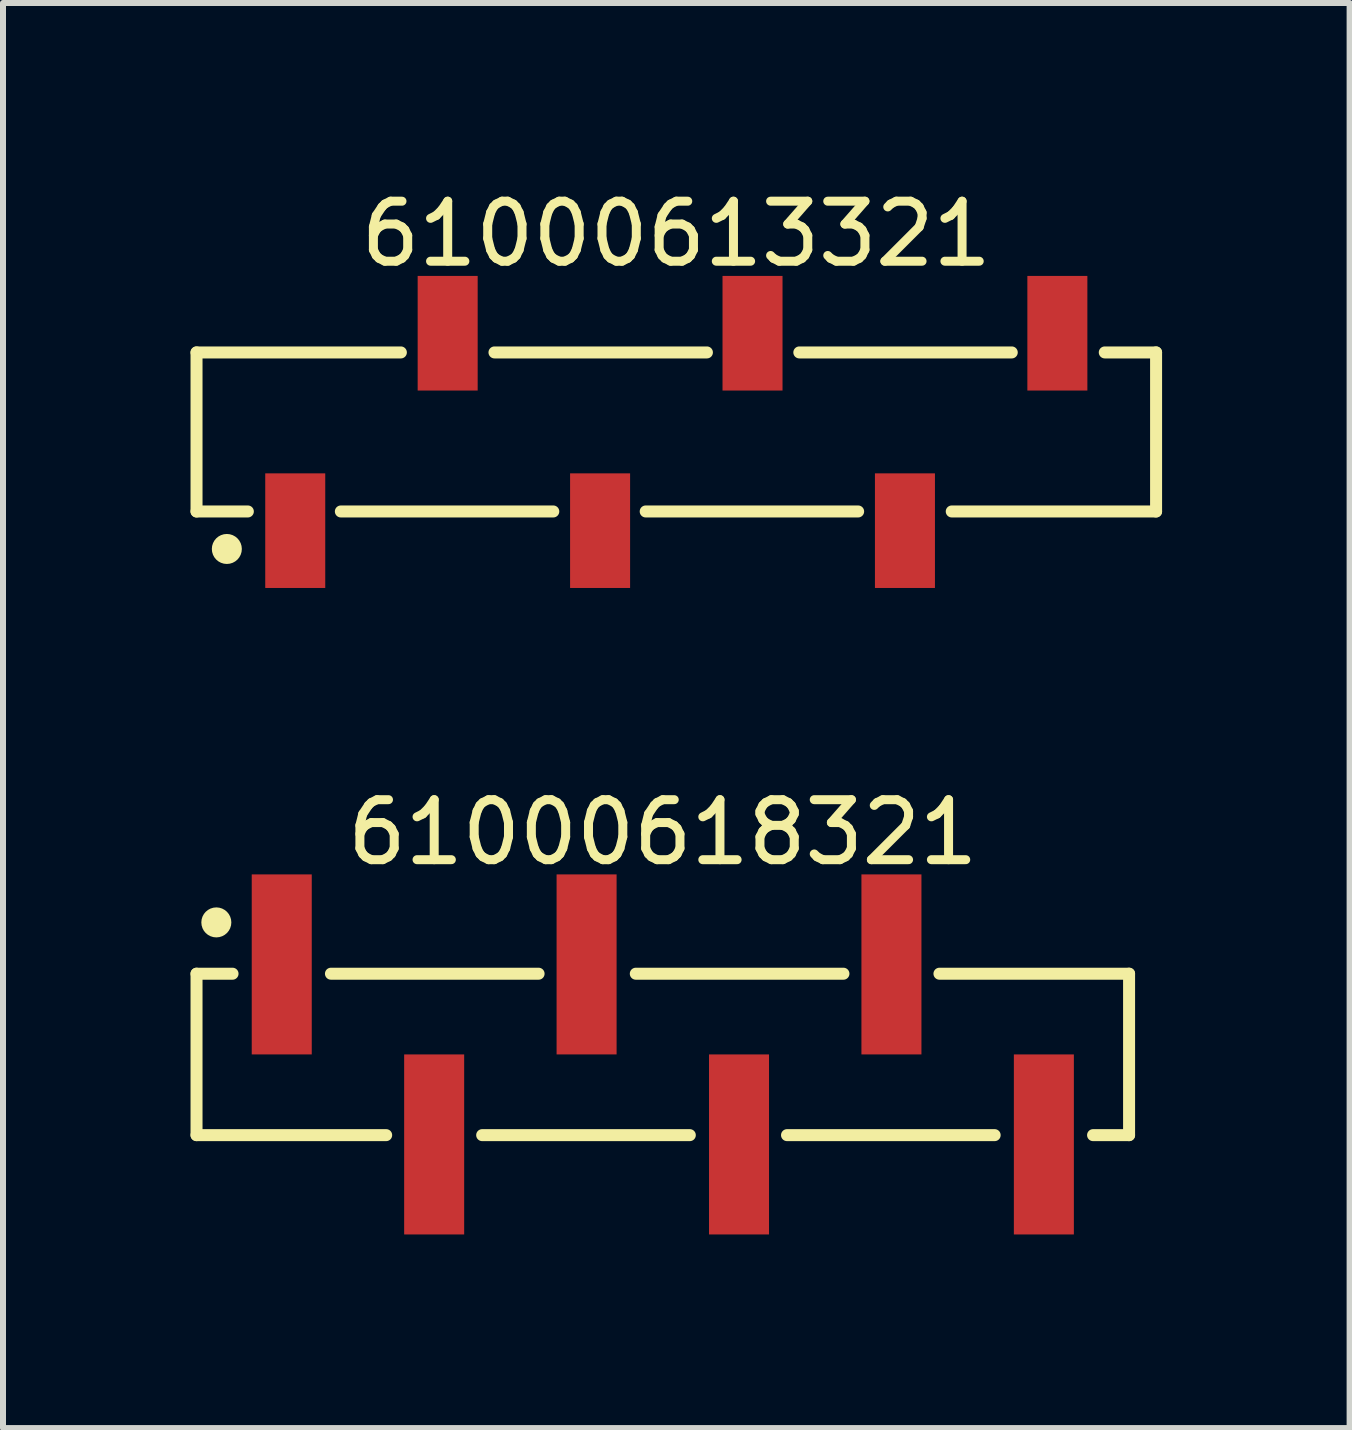
<source format=kicad_pcb>
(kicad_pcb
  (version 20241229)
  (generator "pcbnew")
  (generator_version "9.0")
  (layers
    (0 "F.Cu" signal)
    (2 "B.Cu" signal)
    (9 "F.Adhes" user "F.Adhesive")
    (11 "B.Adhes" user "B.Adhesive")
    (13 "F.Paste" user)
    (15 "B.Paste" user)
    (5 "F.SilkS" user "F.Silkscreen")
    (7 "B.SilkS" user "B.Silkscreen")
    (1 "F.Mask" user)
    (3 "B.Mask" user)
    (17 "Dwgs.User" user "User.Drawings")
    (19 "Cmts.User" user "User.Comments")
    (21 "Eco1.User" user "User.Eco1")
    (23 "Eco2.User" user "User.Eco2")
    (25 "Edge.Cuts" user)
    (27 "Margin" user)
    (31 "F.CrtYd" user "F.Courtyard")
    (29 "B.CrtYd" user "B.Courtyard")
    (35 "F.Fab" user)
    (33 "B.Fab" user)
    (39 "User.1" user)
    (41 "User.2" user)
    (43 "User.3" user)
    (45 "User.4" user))
  (footprint "61000613321"
    (layer "F.Cu")
    (at 8.22 4.148)
    (property "Reference" "61000613321" (at 0 -3.3 0) (layer "F.SilkS") (effects (font (size 1 1) (thickness 0.15))))
    (fp_line (start -7.995 -1.325) (end -4.59 -1.325) (stroke (width 0.2) (type solid)) (layer "F.SilkS"))
    (fp_line (start -7.995 1.325) (end -7.995 -1.325) (stroke (width 0.2) (type solid)) (layer "F.SilkS"))
    (fp_line (start -7.995 1.325) (end -7.14 1.325) (stroke (width 0.2) (type solid)) (layer "F.SilkS"))
    (fp_line (start -5.59 1.325) (end -2.05 1.325) (stroke (width 0.2) (type solid)) (layer "F.SilkS"))
    (fp_line (start -3.03 -1.325) (end 0.51 -1.325) (stroke (width 0.2) (type solid)) (layer "F.SilkS"))
    (fp_line (start -0.51 1.325) (end 3.03 1.325) (stroke (width 0.2) (type solid)) (layer "F.SilkS"))
    (fp_line (start 2.05 -1.325) (end 5.59 -1.325) (stroke (width 0.2) (type solid)) (layer "F.SilkS"))
    (fp_line (start 4.59 1.325) (end 7.995 1.325) (stroke (width 0.2) (type solid)) (layer "F.SilkS"))
    (fp_line (start 7.14 -1.325) (end 7.995 -1.325) (stroke (width 0.2) (type solid)) (layer "F.SilkS"))
    (fp_line (start 7.995 1.325) (end 7.995 -1.325) (stroke (width 0.2) (type solid)) (layer "F.SilkS"))
    (fp_circle (center -7.49 1.95) (end -7.49 1.825) (stroke (width 0.25) (type solid)) (fill no) (layer "F.SilkS"))
    (fp_line (start -8.195 -2.8) (end 8.195 -2.8) (stroke (width 0.05) (type solid)) (layer "Eco2.User"))
    (fp_line (start -8.195 2.8) (end -8.195 -2.8) (stroke (width 0.05) (type solid)) (layer "Eco2.User"))
    (fp_line (start -8.195 2.8) (end 8.195 2.8) (stroke (width 0.05) (type solid)) (layer "Eco2.User"))
    (fp_line (start -7.87 -1.25) (end 7.87 -1.25) (stroke (width 0.1) (type solid)) (layer "Eco2.User"))
    (fp_line (start -7.87 1.25) (end -7.87 -1.25) (stroke (width 0.1) (type solid)) (layer "Eco2.User"))
    (fp_line (start -7.87 1.25) (end 7.87 1.25) (stroke (width 0.1) (type solid)) (layer "Eco2.User"))
    (fp_line (start -6.6 2.025) (end -6.6 1.25) (stroke (width 0.1) (type solid)) (layer "Eco2.User"))
    (fp_line (start -6.6 2.025) (end -6.1 2.025) (stroke (width 0.1) (type solid)) (layer "Eco2.User"))
    (fp_line (start -6.1 2.025) (end -6.1 1.25) (stroke (width 0.1) (type solid)) (layer "Eco2.User"))
    (fp_line (start -4.06 -2.025) (end -3.56 -2.025) (stroke (width 0.1) (type solid)) (layer "Eco2.User"))
    (fp_line (start -4.06 -1.25) (end -4.06 -2.025) (stroke (width 0.1) (type solid)) (layer "Eco2.User"))
    (fp_line (start -3.56 -1.25) (end -3.56 -2.025) (stroke (width 0.1) (type solid)) (layer "Eco2.User"))
    (fp_line (start -1.52 2.025) (end -1.52 1.25) (stroke (width 0.1) (type solid)) (layer "Eco2.User"))
    (fp_line (start -1.52 2.025) (end -1.02 2.025) (stroke (width 0.1) (type solid)) (layer "Eco2.User"))
    (fp_line (start -1.02 2.025) (end -1.02 1.25) (stroke (width 0.1) (type solid)) (layer "Eco2.User"))
    (fp_line (start -0.5 0) (end 0.5 0) (stroke (width 0.05) (type solid)) (layer "Eco2.User"))
    (fp_line (start 0 0.5) (end 0 -0.5) (stroke (width 0.05) (type solid)) (layer "Eco2.User"))
    (fp_line (start 1.02 -2.025) (end 1.52 -2.025) (stroke (width 0.1) (type solid)) (layer "Eco2.User"))
    (fp_line (start 1.02 -1.25) (end 1.02 -2.025) (stroke (width 0.1) (type solid)) (layer "Eco2.User"))
    (fp_line (start 1.52 -1.25) (end 1.52 -2.025) (stroke (width 0.1) (type solid)) (layer "Eco2.User"))
    (fp_line (start 3.56 2.025) (end 3.56 1.25) (stroke (width 0.1) (type solid)) (layer "Eco2.User"))
    (fp_line (start 3.56 2.025) (end 4.06 2.025) (stroke (width 0.1) (type solid)) (layer "Eco2.User"))
    (fp_line (start 4.06 2.025) (end 4.06 1.25) (stroke (width 0.1) (type solid)) (layer "Eco2.User"))
    (fp_line (start 6.1 -2.025) (end 6.6 -2.025) (stroke (width 0.1) (type solid)) (layer "Eco2.User"))
    (fp_line (start 6.1 -1.25) (end 6.1 -2.025) (stroke (width 0.1) (type solid)) (layer "Eco2.User"))
    (fp_line (start 6.6 -1.25) (end 6.6 -2.025) (stroke (width 0.1) (type solid)) (layer "Eco2.User"))
    (fp_line (start 7.87 1.25) (end 7.87 -1.25) (stroke (width 0.1) (type solid)) (layer "Eco2.User"))
    (fp_line (start 8.195 2.8) (end 8.195 -2.8) (stroke (width 0.05) (type solid)) (layer "Eco2.User"))
    (fp_text user "${REFERENCE}" (at 0.15 -0.197 0) (unlocked yes) (layer "User.3") (effects (font (size 1.5 1.5) (thickness 0.15))))
    (pad "1" smd rect (at -6.35 1.645 180) (size 1 1.91) (layers "F.Cu" "F.Mask" "F.Paste"))
    (pad "2" smd rect (at -3.81 -1.645 180) (size 1 1.91) (layers "F.Cu" "F.Mask" "F.Paste"))
    (pad "3" smd rect (at -1.27 1.645 180) (size 1 1.91) (layers "F.Cu" "F.Mask" "F.Paste"))
    (pad "4" smd rect (at 1.27 -1.645 180) (size 1 1.91) (layers "F.Cu" "F.Mask" "F.Paste"))
    (pad "5" smd rect (at 3.81 1.645 180) (size 1 1.91) (layers "F.Cu" "F.Mask" "F.Paste"))
    (pad "6" smd rect (at 6.35 -1.645 180) (size 1 1.91) (layers "F.Cu" "F.Mask" "F.Paste")))
  (footprint "61000618321"
    (layer "F.Cu")
    (at 7.995 14.521)
    (property "Reference" "61000618321" (at 0 -3.7 0) (layer "F.SilkS") (effects (font (size 1 1) (thickness 0.15))))
    (fp_line (start -7.77 -1.345) (end -7.17 -1.345) (stroke (width 0.2) (type solid)) (layer "F.SilkS"))
    (fp_line (start -7.77 1.345) (end -7.77 -1.345) (stroke (width 0.2) (type solid)) (layer "F.SilkS"))
    (fp_line (start -7.77 1.345) (end -4.61 1.345) (stroke (width 0.2) (type solid)) (layer "F.SilkS"))
    (fp_line (start -5.53 -1.345) (end -2.07 -1.345) (stroke (width 0.2) (type solid)) (layer "F.SilkS"))
    (fp_line (start -3.01 1.345) (end 0.45 1.345) (stroke (width 0.2) (type solid)) (layer "F.SilkS"))
    (fp_line (start -0.45 -1.345) (end 3.01 -1.345) (stroke (width 0.2) (type solid)) (layer "F.SilkS"))
    (fp_line (start 2.07 1.345) (end 5.53 1.345) (stroke (width 0.2) (type solid)) (layer "F.SilkS"))
    (fp_line (start 4.61 -1.345) (end 7.77 -1.345) (stroke (width 0.2) (type solid)) (layer "F.SilkS"))
    (fp_line (start 7.17 1.345) (end 7.77 1.345) (stroke (width 0.2) (type solid)) (layer "F.SilkS"))
    (fp_line (start 7.77 1.345) (end 7.77 -1.345) (stroke (width 0.2) (type solid)) (layer "F.SilkS"))
    (fp_circle (center -7.44 -2.2) (end -7.44 -2.325) (stroke (width 0.25) (type solid)) (fill no) (layer "F.SilkS"))
    (fp_line (start -7.97 -3.2) (end 7.97 -3.2) (stroke (width 0.05) (type solid)) (layer "Eco2.User"))
    (fp_line (start -7.97 3.2) (end -7.97 -3.2) (stroke (width 0.05) (type solid)) (layer "Eco2.User"))
    (fp_line (start -7.97 3.2) (end 7.97 3.2) (stroke (width 0.05) (type solid)) (layer "Eco2.User"))
    (fp_line (start -7.62 -1.27) (end 7.62 -1.27) (stroke (width 0.1) (type solid)) (layer "Eco2.User"))
    (fp_line (start -7.62 1.27) (end -7.62 -1.27) (stroke (width 0.1) (type solid)) (layer "Eco2.User"))
    (fp_line (start -7.62 1.27) (end 7.62 1.27) (stroke (width 0.1) (type solid)) (layer "Eco2.User"))
    (fp_line (start -6.67 -2.5) (end -6.03 -2.5) (stroke (width 0.1) (type solid)) (layer "Eco2.User"))
    (fp_line (start -6.67 -1.27) (end -6.67 -2.5) (stroke (width 0.1) (type solid)) (layer "Eco2.User"))
    (fp_line (start -6.03 -1.27) (end -6.03 -2.5) (stroke (width 0.1) (type solid)) (layer "Eco2.User"))
    (fp_line (start -4.13 2.5) (end -4.13 1.27) (stroke (width 0.1) (type solid)) (layer "Eco2.User"))
    (fp_line (start -4.13 2.5) (end -3.49 2.5) (stroke (width 0.1) (type solid)) (layer "Eco2.User"))
    (fp_line (start -3.49 2.5) (end -3.49 1.27) (stroke (width 0.1) (type solid)) (layer "Eco2.User"))
    (fp_line (start -1.59 -2.5) (end -0.95 -2.5) (stroke (width 0.1) (type solid)) (layer "Eco2.User"))
    (fp_line (start -1.59 -1.27) (end -1.59 -2.5) (stroke (width 0.1) (type solid)) (layer "Eco2.User"))
    (fp_line (start -0.95 -1.27) (end -0.95 -2.5) (stroke (width 0.1) (type solid)) (layer "Eco2.User"))
    (fp_line (start -0.5 0) (end 0.5 0) (stroke (width 0.05) (type solid)) (layer "Eco2.User"))
    (fp_line (start 0 0.5) (end 0 -0.5) (stroke (width 0.05) (type solid)) (layer "Eco2.User"))
    (fp_line (start 0.95 2.5) (end 0.95 1.27) (stroke (width 0.1) (type solid)) (layer "Eco2.User"))
    (fp_line (start 0.95 2.5) (end 1.59 2.5) (stroke (width 0.1) (type solid)) (layer "Eco2.User"))
    (fp_line (start 1.59 2.5) (end 1.59 1.27) (stroke (width 0.1) (type solid)) (layer "Eco2.User"))
    (fp_line (start 3.49 -2.5) (end 4.13 -2.5) (stroke (width 0.1) (type solid)) (layer "Eco2.User"))
    (fp_line (start 3.49 -1.27) (end 3.49 -2.5) (stroke (width 0.1) (type solid)) (layer "Eco2.User"))
    (fp_line (start 4.13 -1.27) (end 4.13 -2.5) (stroke (width 0.1) (type solid)) (layer "Eco2.User"))
    (fp_line (start 6.03 2.5) (end 6.03 1.27) (stroke (width 0.1) (type solid)) (layer "Eco2.User"))
    (fp_line (start 6.03 2.5) (end 6.67 2.5) (stroke (width 0.1) (type solid)) (layer "Eco2.User"))
    (fp_line (start 6.67 2.5) (end 6.67 1.27) (stroke (width 0.1) (type solid)) (layer "Eco2.User"))
    (fp_line (start 7.62 1.27) (end 7.62 -1.27) (stroke (width 0.1) (type solid)) (layer "Eco2.User"))
    (fp_line (start 7.97 3.2) (end 7.97 -3.2) (stroke (width 0.05) (type solid)) (layer "Eco2.User"))
    (fp_text user "${REFERENCE}" (at 0.15 -0.197 0) (unlocked yes) (layer "User.3") (effects (font (size 1.5 1.5) (thickness 0.15))))
    (pad "1" smd rect (at -6.35 -1.5) (size 1 3) (layers "F.Cu" "F.Mask" "F.Paste"))
    (pad "2" smd rect (at -3.81 1.5) (size 1 3) (layers "F.Cu" "F.Mask" "F.Paste"))
    (pad "3" smd rect (at -1.27 -1.5) (size 1 3) (layers "F.Cu" "F.Mask" "F.Paste"))
    (pad "4" smd rect (at 1.27 1.5) (size 1 3) (layers "F.Cu" "F.Mask" "F.Paste"))
    (pad "5" smd rect (at 3.81 -1.5) (size 1 3) (layers "F.Cu" "F.Mask" "F.Paste"))
    (pad "6" smd rect (at 6.35 1.5) (size 1 3) (layers "F.Cu" "F.Mask" "F.Paste")))
  (gr_rect
    (start -3 -3)
    (end 19.44 20.747)
    (stroke (width 0.1) (type default))
    (fill no)
    (layer "Edge.Cuts")))
</source>
